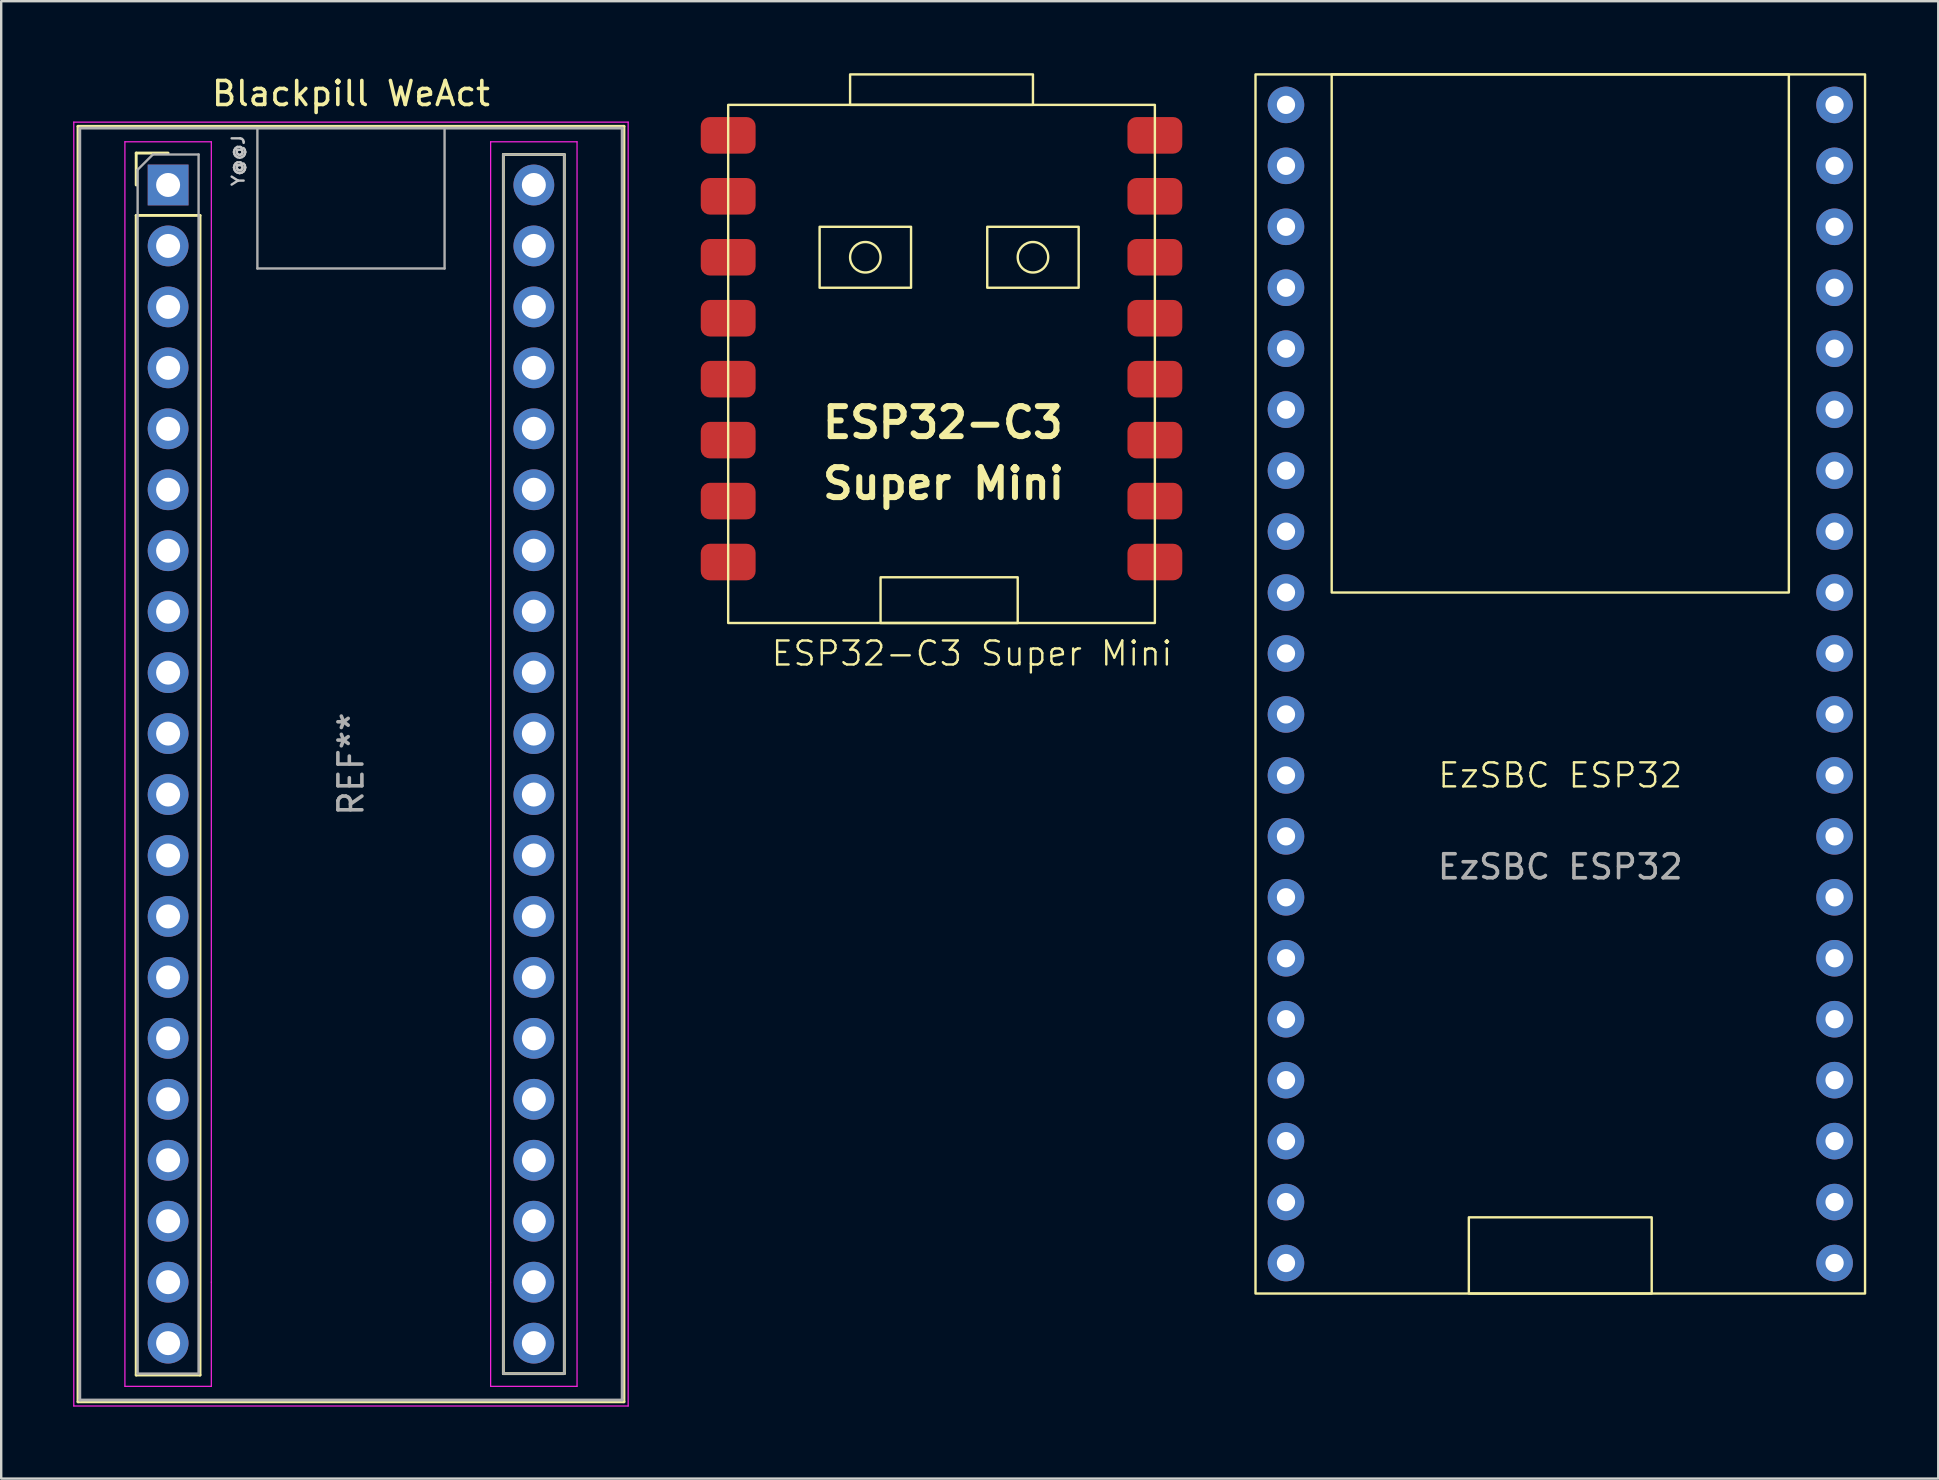
<source format=kicad_pcb>
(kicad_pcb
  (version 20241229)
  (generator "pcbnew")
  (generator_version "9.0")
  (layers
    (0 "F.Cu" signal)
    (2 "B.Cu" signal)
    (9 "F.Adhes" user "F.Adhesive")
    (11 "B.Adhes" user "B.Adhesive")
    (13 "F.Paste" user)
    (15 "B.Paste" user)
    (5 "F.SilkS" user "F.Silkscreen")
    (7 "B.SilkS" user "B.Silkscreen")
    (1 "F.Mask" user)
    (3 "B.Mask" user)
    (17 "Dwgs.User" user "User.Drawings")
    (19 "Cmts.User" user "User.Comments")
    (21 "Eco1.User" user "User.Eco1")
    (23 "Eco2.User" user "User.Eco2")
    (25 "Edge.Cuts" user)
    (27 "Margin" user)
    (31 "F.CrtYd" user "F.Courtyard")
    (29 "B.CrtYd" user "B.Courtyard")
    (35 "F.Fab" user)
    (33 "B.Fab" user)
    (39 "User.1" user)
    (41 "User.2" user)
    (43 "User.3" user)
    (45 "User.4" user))
  (footprint "ESP32-C3 Super Mini"
    (layer "F.Cu")
    (at 27.293 2.59)
    (property "Reference" "ESP32-C3 Super Mini" (at 10.16 21.59 0) (unlocked yes) (layer "F.SilkS") (effects (font (size 1 1) (thickness 0.1))))
    (attr smd)
    (fp_rect (start 0 -1.27) (end 17.78 20.32) (stroke (width 0.1) (type default)) (fill no) (layer "F.SilkS"))
    (fp_rect (start 3.81 3.81) (end 7.62 6.35) (stroke (width 0.1) (type default)) (fill no) (layer "F.SilkS"))
    (fp_rect (start 5.08 -2.54) (end 12.7 -1.27) (stroke (width 0.1) (type default)) (fill no) (layer "F.SilkS"))
    (fp_rect (start 6.35 18.415) (end 12.065 20.32) (stroke (width 0.1) (type default)) (fill no) (layer "F.SilkS"))
    (fp_rect (start 10.795 3.81) (end 14.605 6.35) (stroke (width 0.1) (type default)) (fill no) (layer "F.SilkS"))
    (fp_circle (center 5.715 5.08) (end 6.35 5.08) (stroke (width 0.1) (type default)) (fill no) (layer "F.SilkS"))
    (fp_circle (center 12.7 5.08) (end 13.335 5.08) (stroke (width 0.1) (type default)) (fill no) (layer "F.SilkS"))
    (fp_text user "Super Mini" (at 3.81 15.24 0) (unlocked yes) (layer "F.SilkS") (effects (font (size 1.25 1.25) (thickness 0.25) (bold yes)) (justify left bottom)))
    (fp_text user "ESP32-C3" (at 3.81 12.7 0) (unlocked yes) (layer "F.SilkS") (effects (font (size 1.25 1.25) (thickness 0.25) (bold yes)) (justify left bottom)))
    (pad "1" smd roundrect (at 0 0) (size 2.286 1.524) (layers "F.Cu" "F.Mask" "F.Paste") (roundrect_rratio 0.25))
    (pad "2" smd roundrect (at 0 2.54) (size 2.286 1.524) (layers "F.Cu" "F.Mask" "F.Paste") (roundrect_rratio 0.25))
    (pad "3" smd roundrect (at 0 5.08) (size 2.286 1.524) (layers "F.Cu" "F.Mask" "F.Paste") (roundrect_rratio 0.25))
    (pad "4" smd roundrect (at 0 7.62) (size 2.286 1.524) (layers "F.Cu" "F.Mask" "F.Paste") (roundrect_rratio 0.25))
    (pad "5" smd roundrect (at 0 10.16) (size 2.286 1.524) (layers "F.Cu" "F.Mask" "F.Paste") (roundrect_rratio 0.25))
    (pad "6" smd roundrect (at 0 12.7) (size 2.286 1.524) (layers "F.Cu" "F.Mask" "F.Paste") (roundrect_rratio 0.25))
    (pad "7" smd roundrect (at 0 15.24) (size 2.286 1.524) (layers "F.Cu" "F.Mask" "F.Paste") (roundrect_rratio 0.25))
    (pad "8" smd roundrect (at 0 17.78) (size 2.286 1.524) (layers "F.Cu" "F.Mask" "F.Paste") (roundrect_rratio 0.25))
    (pad "9" smd roundrect (at 17.78 17.78) (size 2.286 1.524) (layers "F.Cu" "F.Mask" "F.Paste") (roundrect_rratio 0.25))
    (pad "10" smd roundrect (at 17.78 15.24) (size 2.286 1.524) (layers "F.Cu" "F.Mask" "F.Paste") (roundrect_rratio 0.25))
    (pad "11" smd roundrect (at 17.78 12.7) (size 2.286 1.524) (layers "F.Cu" "F.Mask" "F.Paste") (roundrect_rratio 0.25))
    (pad "12" smd roundrect (at 17.78 10.16) (size 2.286 1.524) (layers "F.Cu" "F.Mask" "F.Paste") (roundrect_rratio 0.25))
    (pad "13" smd roundrect (at 17.78 7.62) (size 2.286 1.524) (layers "F.Cu" "F.Mask" "F.Paste") (roundrect_rratio 0.25))
    (pad "14" smd roundrect (at 17.78 5.08) (size 2.286 1.524) (layers "F.Cu" "F.Mask" "F.Paste") (roundrect_rratio 0.25))
    (pad "15" smd roundrect (at 17.78 2.54) (size 2.286 1.524) (layers "F.Cu" "F.Mask" "F.Paste") (roundrect_rratio 0.25))
    (pad "16" smd roundrect (at 17.78 0) (size 2.286 1.524) (layers "F.Cu" "F.Mask" "F.Paste") (roundrect_rratio 0.25)))
  (footprint "EzSBC ESP32"
    (layer "F.Cu")
    (at 50.536 1.32)
    (property "Reference" "EzSBC ESP32" (at 11.43 27.94 0) (unlocked yes) (layer "F.SilkS") (effects (font (size 1 1) (thickness 0.1))))
    (attr through_hole)
    (fp_rect (start -1.27 -1.27) (end 24.13 49.53) (stroke (width 0.1) (type default)) (fill no) (layer "F.SilkS"))
    (fp_rect (start 1.905 -1.27) (end 20.955 20.32) (stroke (width 0.1) (type default)) (fill no) (layer "F.SilkS"))
    (fp_rect (start 7.62 46.355) (end 15.24 49.53) (stroke (width 0.1) (type default)) (fill no) (layer "F.SilkS"))
    (fp_text user "${REFERENCE}" (at 11.43 31.75 0) (unlocked yes) (layer "F.Fab") (effects (font (size 1 1) (thickness 0.15))))
    (pad "1" thru_hole circle (at 0 0) (size 1.524 1.524) (drill 0.762) (layers "*.Cu" "*.Mask"))
    (pad "2" thru_hole circle (at 0 2.54) (size 1.524 1.524) (drill 0.762) (layers "*.Cu" "*.Mask"))
    (pad "3" thru_hole circle (at 0 5.08) (size 1.524 1.524) (drill 0.762) (layers "*.Cu" "*.Mask"))
    (pad "4" thru_hole circle (at 0 7.62) (size 1.524 1.524) (drill 0.762) (layers "*.Cu" "*.Mask"))
    (pad "5" thru_hole circle (at 0 10.16) (size 1.524 1.524) (drill 0.762) (layers "*.Cu" "*.Mask"))
    (pad "6" thru_hole circle (at 0 12.7) (size 1.524 1.524) (drill 0.762) (layers "*.Cu" "*.Mask"))
    (pad "7" thru_hole circle (at 0 15.24) (size 1.524 1.524) (drill 0.762) (layers "*.Cu" "*.Mask"))
    (pad "8" thru_hole circle (at 0 17.78) (size 1.524 1.524) (drill 0.762) (layers "*.Cu" "*.Mask"))
    (pad "9" thru_hole circle (at 0 20.32) (size 1.524 1.524) (drill 0.762) (layers "*.Cu" "*.Mask"))
    (pad "10" thru_hole circle (at 0 22.86) (size 1.524 1.524) (drill 0.762) (layers "*.Cu" "*.Mask"))
    (pad "11" thru_hole circle (at 0 25.4) (size 1.524 1.524) (drill 0.762) (layers "*.Cu" "*.Mask"))
    (pad "12" thru_hole circle (at 0 27.94) (size 1.524 1.524) (drill 0.762) (layers "*.Cu" "*.Mask"))
    (pad "13" thru_hole circle (at 0 30.48) (size 1.524 1.524) (drill 0.762) (layers "*.Cu" "*.Mask"))
    (pad "14" thru_hole circle (at 0 33.02) (size 1.524 1.524) (drill 0.762) (layers "*.Cu" "*.Mask"))
    (pad "15" thru_hole circle (at 0 35.56) (size 1.524 1.524) (drill 0.762) (layers "*.Cu" "*.Mask"))
    (pad "16" thru_hole circle (at 0 38.1) (size 1.524 1.524) (drill 0.762) (layers "*.Cu" "*.Mask"))
    (pad "17" thru_hole circle (at 0 40.64) (size 1.524 1.524) (drill 0.762) (layers "*.Cu" "*.Mask"))
    (pad "18" thru_hole circle (at 0 43.18) (size 1.524 1.524) (drill 0.762) (layers "*.Cu" "*.Mask"))
    (pad "19" thru_hole circle (at 0 45.72) (size 1.524 1.524) (drill 0.762) (layers "*.Cu" "*.Mask"))
    (pad "20" thru_hole circle (at 0 48.26) (size 1.524 1.524) (drill 0.762) (layers "*.Cu" "*.Mask"))
    (pad "21" thru_hole circle (at 22.86 48.26) (size 1.524 1.524) (drill 0.762) (layers "*.Cu" "*.Mask"))
    (pad "22" thru_hole circle (at 22.86 45.72) (size 1.524 1.524) (drill 0.762) (layers "*.Cu" "*.Mask"))
    (pad "23" thru_hole circle (at 22.86 43.18) (size 1.524 1.524) (drill 0.762) (layers "*.Cu" "*.Mask"))
    (pad "24" thru_hole circle (at 22.86 40.64) (size 1.524 1.524) (drill 0.762) (layers "*.Cu" "*.Mask"))
    (pad "25" thru_hole circle (at 22.86 38.1) (size 1.524 1.524) (drill 0.762) (layers "*.Cu" "*.Mask"))
    (pad "26" thru_hole circle (at 22.86 35.56) (size 1.524 1.524) (drill 0.762) (layers "*.Cu" "*.Mask"))
    (pad "27" thru_hole circle (at 22.86 33.02) (size 1.524 1.524) (drill 0.762) (layers "*.Cu" "*.Mask"))
    (pad "28" thru_hole circle (at 22.86 30.48) (size 1.524 1.524) (drill 0.762) (layers "*.Cu" "*.Mask"))
    (pad "29" thru_hole circle (at 22.86 27.94) (size 1.524 1.524) (drill 0.762) (layers "*.Cu" "*.Mask"))
    (pad "30" thru_hole circle (at 22.86 25.4) (size 1.524 1.524) (drill 0.762) (layers "*.Cu" "*.Mask"))
    (pad "31" thru_hole circle (at 22.86 22.86) (size 1.524 1.524) (drill 0.762) (layers "*.Cu" "*.Mask"))
    (pad "32" thru_hole circle (at 22.86 20.32) (size 1.524 1.524) (drill 0.762) (layers "*.Cu" "*.Mask"))
    (pad "33" thru_hole circle (at 22.86 17.78) (size 1.524 1.524) (drill 0.762) (layers "*.Cu" "*.Mask"))
    (pad "34" thru_hole circle (at 22.86 15.24) (size 1.524 1.524) (drill 0.762) (layers "*.Cu" "*.Mask"))
    (pad "35" thru_hole circle (at 22.86 12.7) (size 1.524 1.524) (drill 0.762) (layers "*.Cu" "*.Mask"))
    (pad "36" thru_hole circle (at 22.86 10.16) (size 1.524 1.524) (drill 0.762) (layers "*.Cu" "*.Mask"))
    (pad "37" thru_hole circle (at 22.86 7.62) (size 1.524 1.524) (drill 0.762) (layers "*.Cu" "*.Mask"))
    (pad "38" thru_hole circle (at 22.86 5.08) (size 1.524 1.524) (drill 0.762) (layers "*.Cu" "*.Mask"))
    (pad "39" thru_hole circle (at 22.86 2.54) (size 1.524 1.524) (drill 0.762) (layers "*.Cu" "*.Mask"))
    (pad "40" thru_hole circle (at 22.86 0) (size 1.524 1.524) (drill 0.762) (layers "*.Cu" "*.Mask")))
  (footprint "Blackpill WeAct"
    (layer "F.Cu")
    (at 3.955 4.658)
    (property "Reference" "Blackpill WeAct" (at 7.62 -3.81 0) (layer "F.SilkS") (effects (font (size 1 1) (thickness 0.15))))
    (attr through_hole)
    (fp_line (start -3.755 -2.445) (end 18.995 -2.445) (stroke (width 0.12) (type solid)) (layer "F.SilkS"))
    (fp_line (start -3.755 50.705) (end -3.755 -2.445) (stroke (width 0.12) (type solid)) (layer "F.SilkS"))
    (fp_line (start -1.33 -1.33) (end 0 -1.33) (stroke (width 0.12) (type solid)) (layer "F.SilkS"))
    (fp_line (start -1.33 0) (end -1.33 -1.33) (stroke (width 0.12) (type solid)) (layer "F.SilkS"))
    (fp_line (start -1.33 1.27) (end 1.33 1.27) (stroke (width 0.12) (type solid)) (layer "F.SilkS"))
    (fp_line (start -1.33 49.59) (end -1.33 1.27) (stroke (width 0.12) (type solid)) (layer "F.SilkS"))
    (fp_line (start 1.33 1.27) (end 1.33 49.59) (stroke (width 0.12) (type solid)) (layer "F.SilkS"))
    (fp_line (start 1.33 49.59) (end -1.33 49.59) (stroke (width 0.12) (type solid)) (layer "F.SilkS"))
    (fp_line (start 13.97 -1.27) (end 16.51 -1.27) (stroke (width 0.12) (type solid)) (layer "F.SilkS"))
    (fp_line (start 13.97 49.53) (end 13.97 -1.27) (stroke (width 0.12) (type solid)) (layer "F.SilkS"))
    (fp_line (start 16.51 -1.27) (end 16.51 49.53) (stroke (width 0.12) (type solid)) (layer "F.SilkS"))
    (fp_line (start 16.51 49.53) (end 13.97 49.53) (stroke (width 0.12) (type solid)) (layer "F.SilkS"))
    (fp_line (start 18.995 -2.445) (end 18.995 50.705) (stroke (width 0.12) (type solid)) (layer "F.SilkS"))
    (fp_line (start 18.995 50.705) (end -3.755 50.705) (stroke (width 0.12) (type solid)) (layer "F.SilkS"))
    (fp_line (start -3.93 -2.62) (end 19.17 -2.62) (stroke (width 0.05) (type solid)) (layer "F.CrtYd"))
    (fp_line (start -3.93 50.88) (end -3.93 -2.62) (stroke (width 0.05) (type solid)) (layer "F.CrtYd"))
    (fp_line (start -1.8 -1.8) (end -1.8 50.06) (stroke (width 0.05) (type solid)) (layer "F.CrtYd"))
    (fp_line (start -1.8 50.06) (end 1.8 50.06) (stroke (width 0.05) (type solid)) (layer "F.CrtYd"))
    (fp_line (start 1.8 -1.8) (end -1.8 -1.8) (stroke (width 0.05) (type solid)) (layer "F.CrtYd"))
    (fp_line (start 1.8 -1.8) (end 1.8 45.72) (stroke (width 0.05) (type solid)) (layer "F.CrtYd"))
    (fp_line (start 1.8 45.72) (end 1.8 50.06) (stroke (width 0.05) (type solid)) (layer "F.CrtYd"))
    (fp_line (start 13.44 -1.8) (end 13.44 45.72) (stroke (width 0.05) (type solid)) (layer "F.CrtYd"))
    (fp_line (start 13.44 -1.8) (end 17.04 -1.8) (stroke (width 0.05) (type solid)) (layer "F.CrtYd"))
    (fp_line (start 13.44 45.72) (end 13.44 50.06) (stroke (width 0.05) (type solid)) (layer "F.CrtYd"))
    (fp_line (start 17.04 -1.8) (end 17.04 50.06) (stroke (width 0.05) (type solid)) (layer "F.CrtYd"))
    (fp_line (start 17.04 50.06) (end 13.44 50.06) (stroke (width 0.05) (type solid)) (layer "F.CrtYd"))
    (fp_line (start 19.17 -2.62) (end 19.17 50.88) (stroke (width 0.05) (type solid)) (layer "F.CrtYd"))
    (fp_line (start 19.17 50.88) (end -3.93 50.88) (stroke (width 0.05) (type solid)) (layer "F.CrtYd"))
    (fp_line (start -3.68 -2.37) (end 18.92 -2.37) (stroke (width 0.12) (type solid)) (layer "F.Fab"))
    (fp_line (start -3.68 50.63) (end -3.68 -2.32) (stroke (width 0.12) (type solid)) (layer "F.Fab"))
    (fp_line (start -3.68 50.63) (end 18.92 50.63) (stroke (width 0.12) (type solid)) (layer "F.Fab"))
    (fp_line (start -1.27 -0.635) (end -0.635 -1.27) (stroke (width 0.1) (type solid)) (layer "F.Fab"))
    (fp_line (start -1.27 49.53) (end -1.27 -0.635) (stroke (width 0.1) (type solid)) (layer "F.Fab"))
    (fp_line (start -0.635 -1.27) (end 1.27 -1.27) (stroke (width 0.1) (type solid)) (layer "F.Fab"))
    (fp_line (start 1.27 -1.27) (end 1.27 49.53) (stroke (width 0.1) (type solid)) (layer "F.Fab"))
    (fp_line (start 1.27 49.53) (end -1.27 49.53) (stroke (width 0.1) (type solid)) (layer "F.Fab"))
    (fp_line (start 3.72 3.48) (end 3.72 -2.32) (stroke (width 0.1) (type solid)) (layer "F.Fab"))
    (fp_line (start 3.72 3.48) (end 11.52 3.48) (stroke (width 0.1) (type solid)) (layer "F.Fab"))
    (fp_line (start 11.52 3.48) (end 11.52 -2.32) (stroke (width 0.1) (type solid)) (layer "F.Fab"))
    (fp_line (start 13.97 -1.27) (end 16.51 -1.27) (stroke (width 0.1) (type solid)) (layer "F.Fab"))
    (fp_line (start 13.97 49.53) (end 13.97 -1.27) (stroke (width 0.1) (type solid)) (layer "F.Fab"))
    (fp_line (start 16.51 -1.27) (end 16.51 49.53) (stroke (width 0.1) (type solid)) (layer "F.Fab"))
    (fp_line (start 16.51 49.53) (end 13.97 49.53) (stroke (width 0.1) (type solid)) (layer "F.Fab"))
    (fp_line (start 18.92 -2.37) (end 18.92 50.63) (stroke (width 0.12) (type solid)) (layer "F.Fab"))
    (fp_text user "Y@@J" (at 2.921 -1.016 90) (unlocked yes) (layer "Dwgs.User") (effects (font (size 0.5 0.5) (thickness 0.1))))
    (fp_text user "REF**" (at 7.62 24.13 90) (layer "F.Fab") (effects (font (size 1 1) (thickness 0.15))))
    (pad "1" thru_hole rect (at 0 0) (size 1.7 1.7) (drill 1) (layers "*.Cu" "*.Mask"))
    (pad "2" thru_hole circle (at 0 2.54) (size 1.7 1.7) (drill 1) (layers "*.Cu" "*.Mask"))
    (pad "3" thru_hole circle (at 0 5.08) (size 1.7 1.7) (drill 1) (layers "*.Cu" "*.Mask"))
    (pad "4" thru_hole circle (at 0 7.62) (size 1.7 1.7) (drill 1) (layers "*.Cu" "*.Mask"))
    (pad "5" thru_hole circle (at 0 10.16) (size 1.7 1.7) (drill 1) (layers "*.Cu" "*.Mask"))
    (pad "6" thru_hole circle (at 0 12.7) (size 1.7 1.7) (drill 1) (layers "*.Cu" "*.Mask"))
    (pad "7" thru_hole circle (at 0 15.24) (size 1.7 1.7) (drill 1) (layers "*.Cu" "*.Mask"))
    (pad "8" thru_hole circle (at 0 17.78) (size 1.7 1.7) (drill 1) (layers "*.Cu" "*.Mask"))
    (pad "9" thru_hole circle (at 0 20.32) (size 1.7 1.7) (drill 1) (layers "*.Cu" "*.Mask"))
    (pad "10" thru_hole circle (at 0 22.86) (size 1.7 1.7) (drill 1) (layers "*.Cu" "*.Mask"))
    (pad "11" thru_hole circle (at 0 25.4) (size 1.7 1.7) (drill 1) (layers "*.Cu" "*.Mask"))
    (pad "12" thru_hole circle (at 0 27.94) (size 1.7 1.7) (drill 1) (layers "*.Cu" "*.Mask"))
    (pad "13" thru_hole circle (at 0 30.48) (size 1.7 1.7) (drill 1) (layers "*.Cu" "*.Mask"))
    (pad "14" thru_hole circle (at 0 33.02) (size 1.7 1.7) (drill 1) (layers "*.Cu" "*.Mask"))
    (pad "15" thru_hole circle (at 0 35.56) (size 1.7 1.7) (drill 1) (layers "*.Cu" "*.Mask"))
    (pad "16" thru_hole circle (at 0 38.1) (size 1.7 1.7) (drill 1) (layers "*.Cu" "*.Mask"))
    (pad "17" thru_hole circle (at 0 40.64) (size 1.7 1.7) (drill 1) (layers "*.Cu" "*.Mask"))
    (pad "18" thru_hole circle (at 0 43.18) (size 1.7 1.7) (drill 1) (layers "*.Cu" "*.Mask"))
    (pad "19" thru_hole circle (at 0 45.72) (size 1.7 1.7) (drill 1) (layers "*.Cu" "*.Mask"))
    (pad "20" thru_hole circle (at 0 48.26) (size 1.7 1.7) (drill 1) (layers "*.Cu" "*.Mask"))
    (pad "21" thru_hole circle (at 15.24 48.26) (size 1.7 1.7) (drill 1) (layers "*.Cu" "*.Mask"))
    (pad "22" thru_hole circle (at 15.24 45.72) (size 1.7 1.7) (drill 1) (layers "*.Cu" "*.Mask"))
    (pad "23" thru_hole circle (at 15.24 43.18) (size 1.7 1.7) (drill 1) (layers "*.Cu" "*.Mask"))
    (pad "24" thru_hole circle (at 15.24 40.64) (size 1.7 1.7) (drill 1) (layers "*.Cu" "*.Mask"))
    (pad "25" thru_hole circle (at 15.24 38.1) (size 1.7 1.7) (drill 1) (layers "*.Cu" "*.Mask"))
    (pad "26" thru_hole circle (at 15.24 35.56) (size 1.7 1.7) (drill 1) (layers "*.Cu" "*.Mask"))
    (pad "27" thru_hole circle (at 15.24 33.02) (size 1.7 1.7) (drill 1) (layers "*.Cu" "*.Mask"))
    (pad "28" thru_hole circle (at 15.24 30.48) (size 1.7 1.7) (drill 1) (layers "*.Cu" "*.Mask"))
    (pad "29" thru_hole circle (at 15.24 27.94) (size 1.7 1.7) (drill 1) (layers "*.Cu" "*.Mask"))
    (pad "30" thru_hole circle (at 15.24 25.4) (size 1.7 1.7) (drill 1) (layers "*.Cu" "*.Mask"))
    (pad "31" thru_hole circle (at 15.24 22.86) (size 1.7 1.7) (drill 1) (layers "*.Cu" "*.Mask"))
    (pad "32" thru_hole circle (at 15.24 20.32) (size 1.7 1.7) (drill 1) (layers "*.Cu" "*.Mask"))
    (pad "33" thru_hole circle (at 15.24 17.78) (size 1.7 1.7) (drill 1) (layers "*.Cu" "*.Mask"))
    (pad "34" thru_hole circle (at 15.24 15.24) (size 1.7 1.7) (drill 1) (layers "*.Cu" "*.Mask"))
    (pad "35" thru_hole circle (at 15.24 12.7) (size 1.7 1.7) (drill 1) (layers "*.Cu" "*.Mask"))
    (pad "36" thru_hole circle (at 15.24 10.16) (size 1.7 1.7) (drill 1) (layers "*.Cu" "*.Mask"))
    (pad "37" thru_hole circle (at 15.24 7.62) (size 1.7 1.7) (drill 1) (layers "*.Cu" "*.Mask"))
    (pad "38" thru_hole circle (at 15.24 5.08) (size 1.7 1.7) (drill 1) (layers "*.Cu" "*.Mask"))
    (pad "39" thru_hole circle (at 15.24 2.54) (size 1.7 1.7) (drill 1) (layers "*.Cu" "*.Mask"))
    (pad "40" thru_hole circle (at 15.24 0) (size 1.7 1.7) (drill 1) (layers "*.Cu" "*.Mask")))
  (gr_rect
    (start -3 -3)
    (end 77.716 58.563)
    (stroke (width 0.1) (type default))
    (fill no)
    (layer "Edge.Cuts")))
</source>
